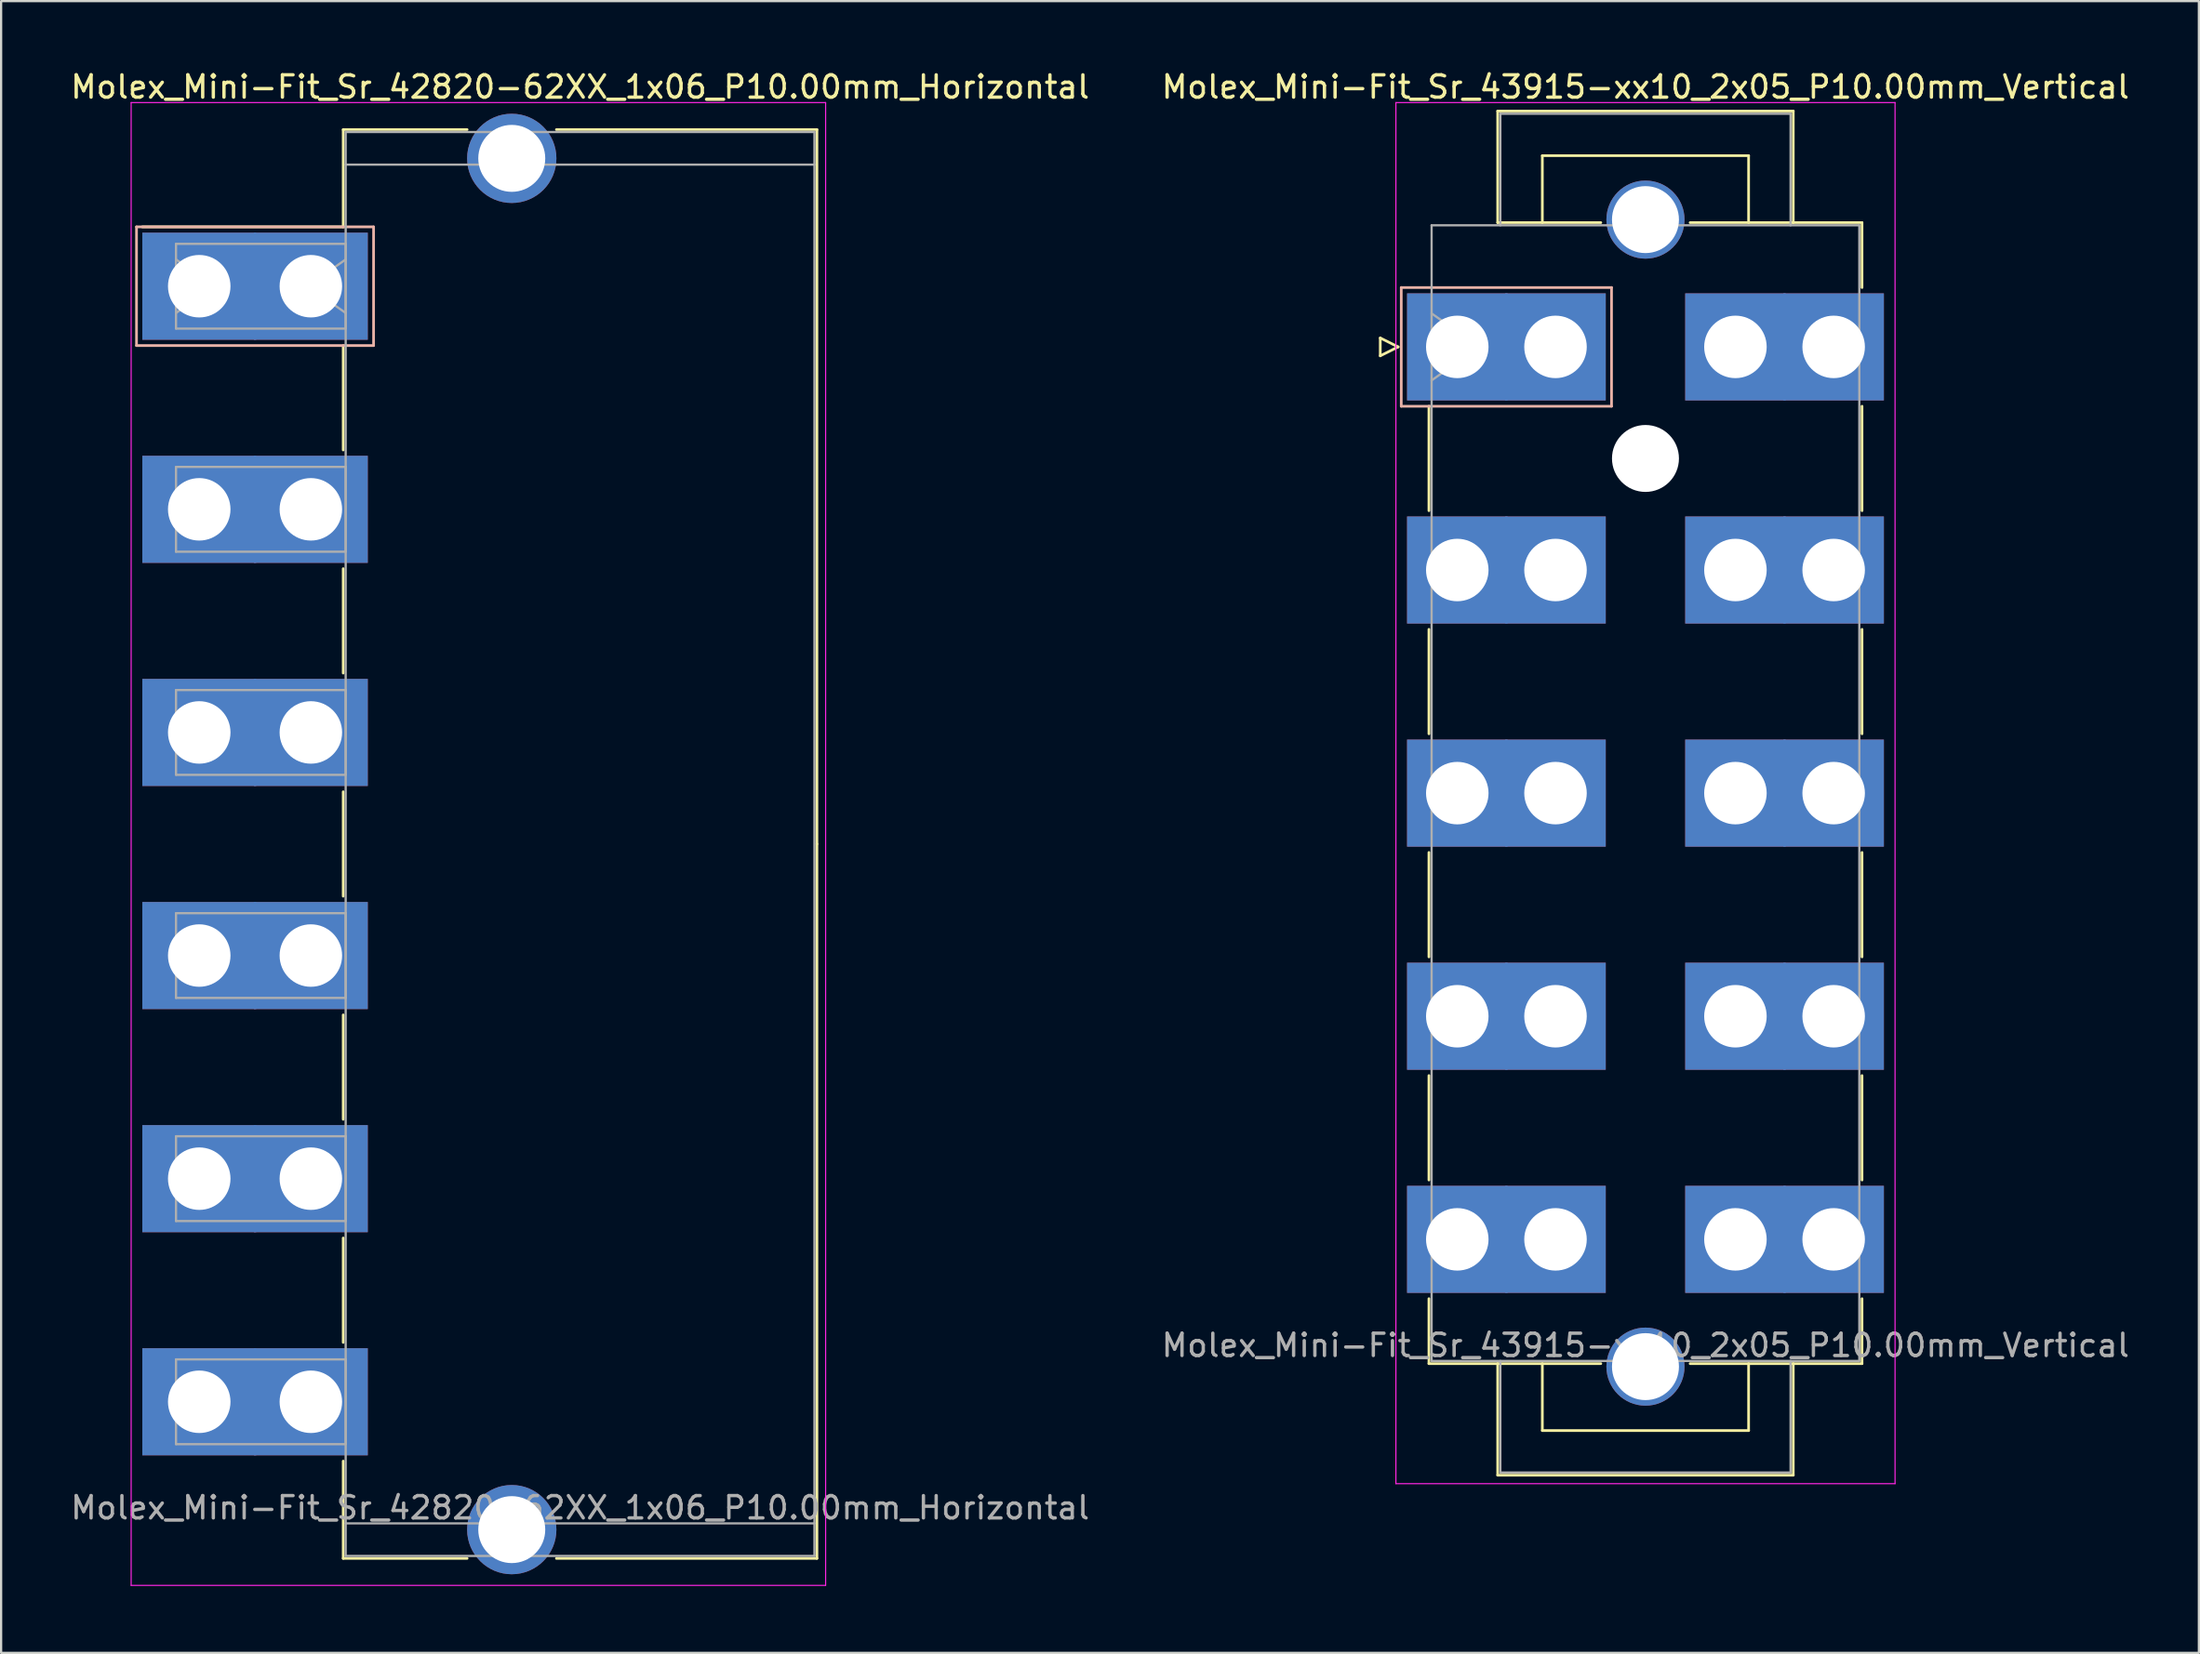
<source format=kicad_pcb>
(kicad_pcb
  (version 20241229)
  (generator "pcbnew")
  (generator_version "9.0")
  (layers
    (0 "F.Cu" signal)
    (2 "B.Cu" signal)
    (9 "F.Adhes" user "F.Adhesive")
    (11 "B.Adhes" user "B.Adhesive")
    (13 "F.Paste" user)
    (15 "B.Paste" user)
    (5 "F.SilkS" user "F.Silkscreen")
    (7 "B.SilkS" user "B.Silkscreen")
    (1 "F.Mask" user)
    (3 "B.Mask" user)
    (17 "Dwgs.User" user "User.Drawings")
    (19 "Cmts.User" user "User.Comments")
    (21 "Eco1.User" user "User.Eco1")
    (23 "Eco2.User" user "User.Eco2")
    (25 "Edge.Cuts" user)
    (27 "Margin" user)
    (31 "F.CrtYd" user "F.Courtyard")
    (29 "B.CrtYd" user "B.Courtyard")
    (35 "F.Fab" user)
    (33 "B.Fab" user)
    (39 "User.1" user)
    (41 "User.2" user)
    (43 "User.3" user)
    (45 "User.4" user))
  (footprint "Molex_Mini-Fit_Sr_43915-xx10_2x05_P10.00mm_Vertical"
    (layer "F.Cu")
    (at 62.231 12.498)
    (property "Reference" "Molex_Mini-Fit_Sr_43915-xx10_2x05_P10.00mm_Vertical" (at 8.43 -11.65 0) (layer "F.SilkS") (effects (font (size 1 1) (thickness 0.15))))
    (attr through_hole)
    (fp_line (start -3.45 -0.4) (end -3.45 0.4) (stroke (width 0.12) (type solid)) (layer "F.SilkS"))
    (fp_line (start -3.45 0.4) (end -2.65 0) (stroke (width 0.12) (type solid)) (layer "F.SilkS"))
    (fp_line (start -2.65 0) (end -3.45 -0.4) (stroke (width 0.12) (type solid)) (layer "F.SilkS"))
    (fp_line (start -1.27 2.66) (end -1.27 7.34) (stroke (width 0.12) (type solid)) (layer "F.SilkS"))
    (fp_line (start -1.27 12.66) (end -1.27 17.34) (stroke (width 0.12) (type solid)) (layer "F.SilkS"))
    (fp_line (start -1.27 22.66) (end -1.27 27.34) (stroke (width 0.12) (type solid)) (layer "F.SilkS"))
    (fp_line (start -1.27 32.66) (end -1.27 37.34) (stroke (width 0.12) (type solid)) (layer "F.SilkS"))
    (fp_line (start -1.27 42.66) (end -1.27 45.57) (stroke (width 0.12) (type solid)) (layer "F.SilkS"))
    (fp_line (start -1.27 45.57) (end 6.43 45.57) (stroke (width 0.12) (type solid)) (layer "F.SilkS"))
    (fp_line (start 1.81 -10.57) (end 15.05 -10.57) (stroke (width 0.12) (type solid)) (layer "F.SilkS"))
    (fp_line (start 1.81 -5.57) (end 1.81 -10.57) (stroke (width 0.12) (type solid)) (layer "F.SilkS"))
    (fp_line (start 1.81 45.57) (end 1.81 50.57) (stroke (width 0.12) (type solid)) (layer "F.SilkS"))
    (fp_line (start 1.81 50.57) (end 15.05 50.57) (stroke (width 0.12) (type solid)) (layer "F.SilkS"))
    (fp_line (start 3.81 -8.57) (end 13.05 -8.57) (stroke (width 0.12) (type solid)) (layer "F.SilkS"))
    (fp_line (start 3.81 -5.57) (end 3.81 -8.57) (stroke (width 0.12) (type solid)) (layer "F.SilkS"))
    (fp_line (start 3.81 45.57) (end 3.81 48.57) (stroke (width 0.12) (type solid)) (layer "F.SilkS"))
    (fp_line (start 3.81 48.57) (end 13.05 48.57) (stroke (width 0.12) (type solid)) (layer "F.SilkS"))
    (fp_line (start 6.43 -5.57) (end 1.81 -5.57) (stroke (width 0.12) (type solid)) (layer "F.SilkS"))
    (fp_line (start 13.05 -8.57) (end 13.05 -5.57) (stroke (width 0.12) (type solid)) (layer "F.SilkS"))
    (fp_line (start 13.05 48.57) (end 13.05 45.57) (stroke (width 0.12) (type solid)) (layer "F.SilkS"))
    (fp_line (start 15.05 -10.57) (end 15.05 -5.57) (stroke (width 0.12) (type solid)) (layer "F.SilkS"))
    (fp_line (start 15.05 50.57) (end 15.05 45.57) (stroke (width 0.12) (type solid)) (layer "F.SilkS"))
    (fp_line (start 18.13 -5.57) (end 10.43 -5.57) (stroke (width 0.12) (type solid)) (layer "F.SilkS"))
    (fp_line (start 18.13 -2.66) (end 18.13 -5.57) (stroke (width 0.12) (type solid)) (layer "F.SilkS"))
    (fp_line (start 18.13 2.66) (end 18.13 7.34) (stroke (width 0.12) (type solid)) (layer "F.SilkS"))
    (fp_line (start 18.13 12.66) (end 18.13 17.34) (stroke (width 0.12) (type solid)) (layer "F.SilkS"))
    (fp_line (start 18.13 22.66) (end 18.13 27.34) (stroke (width 0.12) (type solid)) (layer "F.SilkS"))
    (fp_line (start 18.13 32.66) (end 18.13 37.34) (stroke (width 0.12) (type solid)) (layer "F.SilkS"))
    (fp_line (start 18.13 42.66) (end 18.13 45.57) (stroke (width 0.12) (type solid)) (layer "F.SilkS"))
    (fp_line (start 18.13 45.57) (end 10.43 45.57) (stroke (width 0.12) (type solid)) (layer "F.SilkS"))
    (fp_line (start -2.51 -2.66) (end -2.51 2.66) (stroke (width 0.12) (type solid)) (layer "B.SilkS"))
    (fp_line (start -2.51 2.66) (end 6.91 2.66) (stroke (width 0.12) (type solid)) (layer "B.SilkS"))
    (fp_line (start 6.91 -2.66) (end -2.51 -2.66) (stroke (width 0.12) (type solid)) (layer "B.SilkS"))
    (fp_line (start 6.91 2.66) (end 6.91 -2.66) (stroke (width 0.12) (type solid)) (layer "B.SilkS"))
    (fp_line (start -2.75 -10.95) (end -2.75 50.95) (stroke (width 0.05) (type solid)) (layer "F.CrtYd"))
    (fp_line (start -2.75 50.95) (end 19.61 50.95) (stroke (width 0.05) (type solid)) (layer "F.CrtYd"))
    (fp_line (start 19.61 -10.95) (end -2.75 -10.95) (stroke (width 0.05) (type solid)) (layer "F.CrtYd"))
    (fp_line (start 19.61 50.95) (end 19.61 -10.95) (stroke (width 0.05) (type solid)) (layer "F.CrtYd"))
    (fp_line (start -1.15 -5.45) (end -1.15 45.45) (stroke (width 0.1) (type solid)) (layer "F.Fab"))
    (fp_line (start -1.15 -1.5) (end 0.971 0) (stroke (width 0.1) (type solid)) (layer "F.Fab"))
    (fp_line (start -1.15 45.45) (end 18.01 45.45) (stroke (width 0.1) (type solid)) (layer "F.Fab"))
    (fp_line (start 0.971 0) (end -1.15 1.5) (stroke (width 0.1) (type solid)) (layer "F.Fab"))
    (fp_line (start 1.93 -10.45) (end 14.93 -10.45) (stroke (width 0.1) (type solid)) (layer "F.Fab"))
    (fp_line (start 1.93 -5.45) (end 1.93 -10.45) (stroke (width 0.1) (type solid)) (layer "F.Fab"))
    (fp_line (start 1.93 45.45) (end 1.93 50.45) (stroke (width 0.1) (type solid)) (layer "F.Fab"))
    (fp_line (start 1.93 50.45) (end 14.93 50.45) (stroke (width 0.1) (type solid)) (layer "F.Fab"))
    (fp_line (start 14.93 -10.45) (end 14.93 -5.45) (stroke (width 0.1) (type solid)) (layer "F.Fab"))
    (fp_line (start 14.93 50.45) (end 14.93 45.45) (stroke (width 0.1) (type solid)) (layer "F.Fab"))
    (fp_line (start 18.01 -5.45) (end -1.15 -5.45) (stroke (width 0.1) (type solid)) (layer "F.Fab"))
    (fp_line (start 18.01 45.45) (end 18.01 -5.45) (stroke (width 0.1) (type solid)) (layer "F.Fab"))
    (fp_text user "${REFERENCE}" (at 8.43 44.75 0) (layer "F.Fab") (effects (font (size 1 1) (thickness 0.15))))
    (pad "" thru_hole circle (at 8.43 -5.705) (size 3.5 3.5) (drill 3) (layers "*.Cu" "*.Mask"))
    (pad "" np_thru_hole circle (at 8.43 5) (size 3 3) (drill 3) (layers "*.Cu" "*.Mask"))
    (pad "" thru_hole circle (at 8.43 45.705) (size 3.5 3.5) (drill 3) (layers "*.Cu" "*.Mask"))
    (pad "1" thru_hole rect (at 0 0) (size 4.5 4.8) (drill 2.8) (layers "*.Cu" "*.Mask"))
    (pad "1" thru_hole rect (at 4.4 0) (size 4.5 4.8) (drill 2.8) (layers "*.Cu" "*.Mask"))
    (pad "2" thru_hole rect (at 0 10) (size 4.5 4.8) (drill 2.8) (layers "*.Cu" "*.Mask"))
    (pad "2" thru_hole rect (at 4.4 10) (size 4.5 4.8) (drill 2.8) (layers "*.Cu" "*.Mask"))
    (pad "3" thru_hole rect (at 0 20) (size 4.5 4.8) (drill 2.8) (layers "*.Cu" "*.Mask"))
    (pad "3" thru_hole rect (at 4.4 20) (size 4.5 4.8) (drill 2.8) (layers "*.Cu" "*.Mask"))
    (pad "4" thru_hole rect (at 0 30) (size 4.5 4.8) (drill 2.8) (layers "*.Cu" "*.Mask"))
    (pad "4" thru_hole rect (at 4.4 30) (size 4.5 4.8) (drill 2.8) (layers "*.Cu" "*.Mask"))
    (pad "5" thru_hole rect (at 0 40) (size 4.5 4.8) (drill 2.8) (layers "*.Cu" "*.Mask"))
    (pad "5" thru_hole rect (at 4.4 40) (size 4.5 4.8) (drill 2.8) (layers "*.Cu" "*.Mask"))
    (pad "6" thru_hole rect (at 12.46 0) (size 4.5 4.8) (drill 2.8) (layers "*.Cu" "*.Mask"))
    (pad "6" thru_hole rect (at 16.86 0) (size 4.5 4.8) (drill 2.8) (layers "*.Cu" "*.Mask"))
    (pad "7" thru_hole rect (at 12.46 10) (size 4.5 4.8) (drill 2.8) (layers "*.Cu" "*.Mask"))
    (pad "7" thru_hole rect (at 16.86 10) (size 4.5 4.8) (drill 2.8) (layers "*.Cu" "*.Mask"))
    (pad "8" thru_hole rect (at 12.46 20) (size 4.5 4.8) (drill 2.8) (layers "*.Cu" "*.Mask"))
    (pad "8" thru_hole rect (at 16.86 20) (size 4.5 4.8) (drill 2.8) (layers "*.Cu" "*.Mask"))
    (pad "9" thru_hole rect (at 12.46 30) (size 4.5 4.8) (drill 2.8) (layers "*.Cu" "*.Mask"))
    (pad "9" thru_hole rect (at 16.86 30) (size 4.5 4.8) (drill 2.8) (layers "*.Cu" "*.Mask"))
    (pad "10" thru_hole rect (at 12.46 40) (size 4.5 4.8) (drill 2.8) (layers "*.Cu" "*.Mask"))
    (pad "10" thru_hole rect (at 16.86 40) (size 4.5 4.8) (drill 2.8) (layers "*.Cu" "*.Mask")))
  (footprint "Molex_Mini-Fit_Sr_42820-62XX_1x06_P10.00mm_Horizontal"
    (layer "F.Cu")
    (at 5.875 9.778)
    (property "Reference" "Molex_Mini-Fit_Sr_42820-62XX_1x06_P10.00mm_Horizontal" (at 17.06 -8.93 0) (layer "F.SilkS") (effects (font (size 1 1) (thickness 0.15))))
    (attr through_hole)
    (fp_line (start 6.45 -7.02) (end 12 -7.02) (stroke (width 0.12) (type solid)) (layer "F.SilkS"))
    (fp_line (start 6.45 -2.66) (end -2.55 -2.66) (stroke (width 0.12) (type solid)) (layer "F.SilkS"))
    (fp_line (start 6.45 -2.66) (end 6.45 -7.02) (stroke (width 0.12) (type solid)) (layer "F.SilkS"))
    (fp_line (start 6.45 2.66) (end 6.45 7.34) (stroke (width 0.12) (type solid)) (layer "F.SilkS"))
    (fp_line (start 6.45 12.66) (end 6.45 17.34) (stroke (width 0.12) (type solid)) (layer "F.SilkS"))
    (fp_line (start 6.45 22.66) (end 6.45 27.34) (stroke (width 0.12) (type solid)) (layer "F.SilkS"))
    (fp_line (start 6.45 32.66) (end 6.45 37.34) (stroke (width 0.12) (type solid)) (layer "F.SilkS"))
    (fp_line (start 6.45 42.66) (end 6.45 47.34) (stroke (width 0.12) (type solid)) (layer "F.SilkS"))
    (fp_line (start 6.45 52.66) (end 6.45 57.02) (stroke (width 0.12) (type solid)) (layer "F.SilkS"))
    (fp_line (start 6.45 57.02) (end 12 57.02) (stroke (width 0.12) (type solid)) (layer "F.SilkS"))
    (fp_line (start 16 -7.02) (end 27.67 -7.02) (stroke (width 0.12) (type solid)) (layer "F.SilkS"))
    (fp_line (start 16 57.02) (end 27.67 57.02) (stroke (width 0.12) (type solid)) (layer "F.SilkS"))
    (fp_line (start 27.67 -7.02) (end 27.67 25) (stroke (width 0.12) (type solid)) (layer "F.SilkS"))
    (fp_line (start 27.67 57.02) (end 27.67 25) (stroke (width 0.12) (type solid)) (layer "F.SilkS"))
    (fp_line (start -2.81 -2.66) (end -2.81 2.66) (stroke (width 0.12) (type solid)) (layer "B.SilkS"))
    (fp_line (start -2.81 2.66) (end 7.81 2.66) (stroke (width 0.12) (type solid)) (layer "B.SilkS"))
    (fp_line (start 7.81 -2.66) (end -2.81 -2.66) (stroke (width 0.12) (type solid)) (layer "B.SilkS"))
    (fp_line (start 7.81 2.66) (end 7.81 -2.66) (stroke (width 0.12) (type solid)) (layer "B.SilkS"))
    (fp_line (start -3.05 -8.23) (end -3.05 58.23) (stroke (width 0.05) (type solid)) (layer "F.CrtYd"))
    (fp_line (start -3.05 58.23) (end 28.06 58.23) (stroke (width 0.05) (type solid)) (layer "F.CrtYd"))
    (fp_line (start 28.06 -8.23) (end -3.05 -8.23) (stroke (width 0.05) (type solid)) (layer "F.CrtYd"))
    (fp_line (start 28.06 58.23) (end 28.06 -8.23) (stroke (width 0.05) (type solid)) (layer "F.CrtYd"))
    (fp_line (start -1.04 -1.9) (end 6.56 -1.9) (stroke (width 0.1) (type solid)) (layer "F.Fab"))
    (fp_line (start -1.04 -1.2) (end 0.657 0) (stroke (width 0.1) (type solid)) (layer "F.Fab"))
    (fp_line (start -1.04 1.9) (end -1.04 -1.9) (stroke (width 0.1) (type solid)) (layer "F.Fab"))
    (fp_line (start -1.04 8.1) (end 6.56 8.1) (stroke (width 0.1) (type solid)) (layer "F.Fab"))
    (fp_line (start -1.04 11.9) (end -1.04 8.1) (stroke (width 0.1) (type solid)) (layer "F.Fab"))
    (fp_line (start -1.04 18.1) (end 6.56 18.1) (stroke (width 0.1) (type solid)) (layer "F.Fab"))
    (fp_line (start -1.04 21.9) (end -1.04 18.1) (stroke (width 0.1) (type solid)) (layer "F.Fab"))
    (fp_line (start -1.04 28.1) (end 6.56 28.1) (stroke (width 0.1) (type solid)) (layer "F.Fab"))
    (fp_line (start -1.04 31.9) (end -1.04 28.1) (stroke (width 0.1) (type solid)) (layer "F.Fab"))
    (fp_line (start -1.04 38.1) (end 6.56 38.1) (stroke (width 0.1) (type solid)) (layer "F.Fab"))
    (fp_line (start -1.04 41.9) (end -1.04 38.1) (stroke (width 0.1) (type solid)) (layer "F.Fab"))
    (fp_line (start -1.04 48.1) (end 6.56 48.1) (stroke (width 0.1) (type solid)) (layer "F.Fab"))
    (fp_line (start -1.04 51.9) (end -1.04 48.1) (stroke (width 0.1) (type solid)) (layer "F.Fab"))
    (fp_line (start 0.657 0) (end -1.04 1.2) (stroke (width 0.1) (type solid)) (layer "F.Fab"))
    (fp_line (start 4.863 0) (end 6.56 1.2) (stroke (width 0.1) (type solid)) (layer "F.Fab"))
    (fp_line (start 6.56 -6.91) (end 6.56 56.91) (stroke (width 0.1) (type solid)) (layer "F.Fab"))
    (fp_line (start 6.56 -5.45) (end 27.56 -5.45) (stroke (width 0.1) (type solid)) (layer "F.Fab"))
    (fp_line (start 6.56 -1.9) (end 6.56 1.9) (stroke (width 0.1) (type solid)) (layer "F.Fab"))
    (fp_line (start 6.56 -1.2) (end 4.863 0) (stroke (width 0.1) (type solid)) (layer "F.Fab"))
    (fp_line (start 6.56 1.9) (end -1.04 1.9) (stroke (width 0.1) (type solid)) (layer "F.Fab"))
    (fp_line (start 6.56 8.1) (end 6.56 11.9) (stroke (width 0.1) (type solid)) (layer "F.Fab"))
    (fp_line (start 6.56 11.9) (end -1.04 11.9) (stroke (width 0.1) (type solid)) (layer "F.Fab"))
    (fp_line (start 6.56 18.1) (end 6.56 21.9) (stroke (width 0.1) (type solid)) (layer "F.Fab"))
    (fp_line (start 6.56 21.9) (end -1.04 21.9) (stroke (width 0.1) (type solid)) (layer "F.Fab"))
    (fp_line (start 6.56 28.1) (end 6.56 31.9) (stroke (width 0.1) (type solid)) (layer "F.Fab"))
    (fp_line (start 6.56 31.9) (end -1.04 31.9) (stroke (width 0.1) (type solid)) (layer "F.Fab"))
    (fp_line (start 6.56 38.1) (end 6.56 41.9) (stroke (width 0.1) (type solid)) (layer "F.Fab"))
    (fp_line (start 6.56 41.9) (end -1.04 41.9) (stroke (width 0.1) (type solid)) (layer "F.Fab"))
    (fp_line (start 6.56 48.1) (end 6.56 51.9) (stroke (width 0.1) (type solid)) (layer "F.Fab"))
    (fp_line (start 6.56 51.9) (end -1.04 51.9) (stroke (width 0.1) (type solid)) (layer "F.Fab"))
    (fp_line (start 6.56 55.45) (end 27.56 55.45) (stroke (width 0.1) (type solid)) (layer "F.Fab"))
    (fp_line (start 6.56 56.91) (end 27.56 56.91) (stroke (width 0.1) (type solid)) (layer "F.Fab"))
    (fp_line (start 27.56 -6.91) (end 6.56 -6.91) (stroke (width 0.1) (type solid)) (layer "F.Fab"))
    (fp_line (start 27.56 56.91) (end 27.56 -6.91) (stroke (width 0.1) (type solid)) (layer "F.Fab"))
    (fp_text user "${REFERENCE}" (at 17.06 54.75 0) (layer "F.Fab") (effects (font (size 1 1) (thickness 0.15))))
    (pad "" thru_hole circle (at 14 -5.73) (size 4 4) (drill 3) (layers "*.Cu" "*.Mask"))
    (pad "" thru_hole circle (at 14 55.73) (size 4 4) (drill 3) (layers "*.Cu" "*.Mask"))
    (pad "1" thru_hole rect (at 0 0) (size 5.1 4.8) (drill 2.8) (layers "*.Cu" "*.Mask"))
    (pad "1" thru_hole rect (at 5 0) (size 5.1 4.8) (drill 2.8) (layers "*.Cu" "*.Mask"))
    (pad "2" thru_hole rect (at 0 10) (size 5.1 4.8) (drill 2.8) (layers "*.Cu" "*.Mask"))
    (pad "2" thru_hole rect (at 5 10) (size 5.1 4.8) (drill 2.8) (layers "*.Cu" "*.Mask"))
    (pad "3" thru_hole rect (at 0 20) (size 5.1 4.8) (drill 2.8) (layers "*.Cu" "*.Mask"))
    (pad "3" thru_hole rect (at 5 20) (size 5.1 4.8) (drill 2.8) (layers "*.Cu" "*.Mask"))
    (pad "4" thru_hole rect (at 0 30) (size 5.1 4.8) (drill 2.8) (layers "*.Cu" "*.Mask"))
    (pad "4" thru_hole rect (at 5 30) (size 5.1 4.8) (drill 2.8) (layers "*.Cu" "*.Mask"))
    (pad "5" thru_hole rect (at 0 40) (size 5.1 4.8) (drill 2.8) (layers "*.Cu" "*.Mask"))
    (pad "5" thru_hole rect (at 5 40) (size 5.1 4.8) (drill 2.8) (layers "*.Cu" "*.Mask"))
    (pad "6" thru_hole rect (at 0 50) (size 5.1 4.8) (drill 2.8) (layers "*.Cu" "*.Mask"))
    (pad "6" thru_hole rect (at 5 50) (size 5.1 4.8) (drill 2.8) (layers "*.Cu" "*.Mask")))
  (gr_rect
    (start -3 -3)
    (end 95.452 71.033)
    (stroke (width 0.1) (type default))
    (fill no)
    (layer "Edge.Cuts")))
</source>
